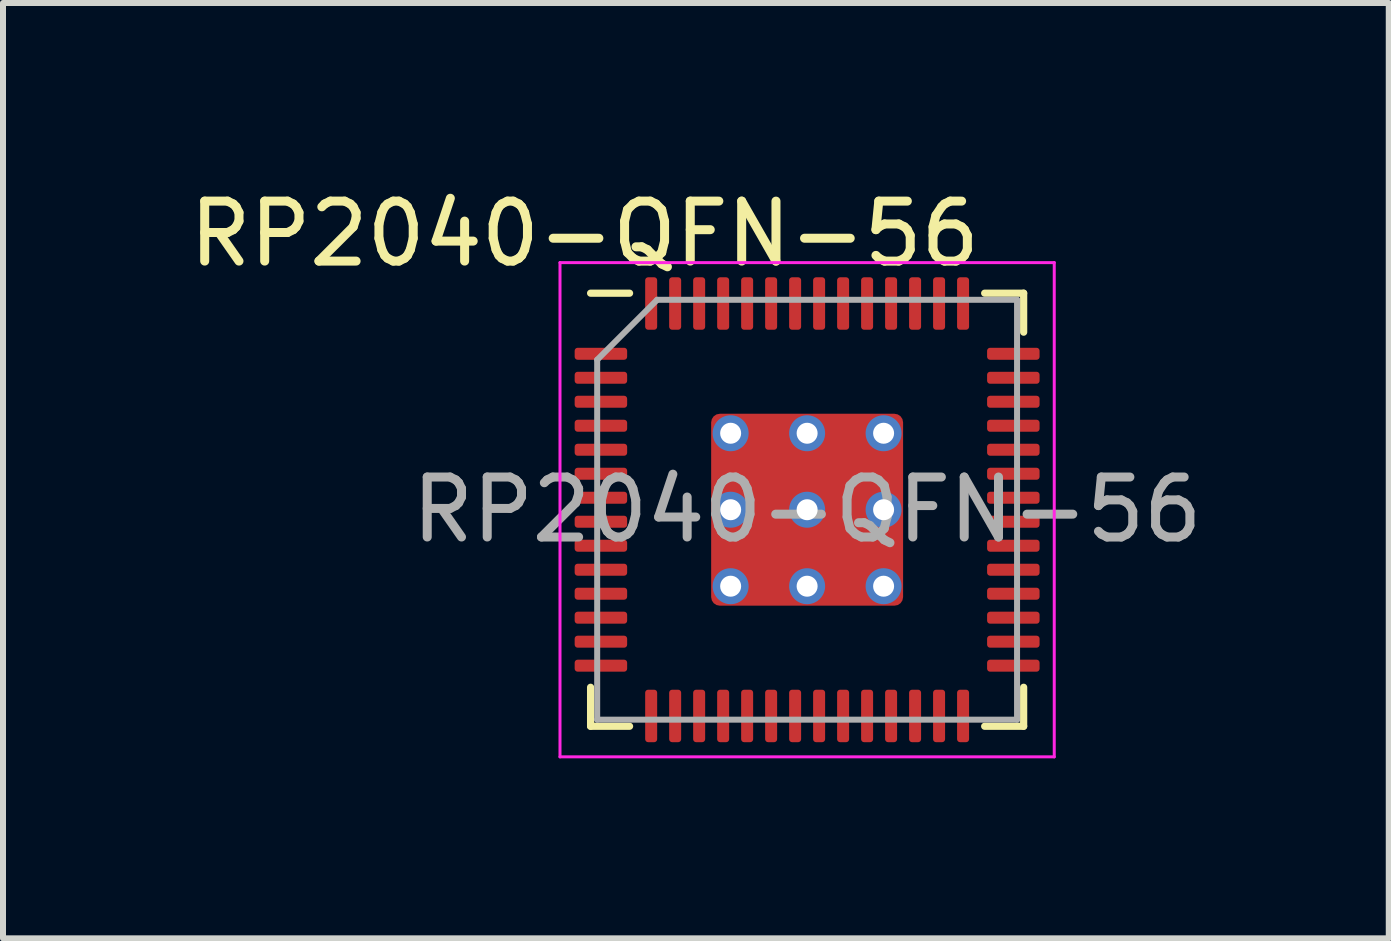
<source format=kicad_pcb>
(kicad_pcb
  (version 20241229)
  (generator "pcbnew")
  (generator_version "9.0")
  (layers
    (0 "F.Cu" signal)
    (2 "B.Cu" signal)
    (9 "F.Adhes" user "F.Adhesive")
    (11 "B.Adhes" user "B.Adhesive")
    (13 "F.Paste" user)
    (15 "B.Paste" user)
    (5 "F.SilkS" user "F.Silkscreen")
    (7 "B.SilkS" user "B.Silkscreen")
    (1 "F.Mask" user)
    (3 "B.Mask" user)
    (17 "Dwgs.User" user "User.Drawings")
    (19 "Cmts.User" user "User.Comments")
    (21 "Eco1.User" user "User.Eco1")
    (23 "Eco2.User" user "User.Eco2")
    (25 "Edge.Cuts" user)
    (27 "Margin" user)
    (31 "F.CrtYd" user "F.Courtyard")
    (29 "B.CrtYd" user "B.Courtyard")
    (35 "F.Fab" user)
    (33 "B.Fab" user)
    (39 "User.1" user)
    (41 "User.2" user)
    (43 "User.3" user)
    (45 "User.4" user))
  (footprint "RP2040-QFN-56"
    (layer "F.Cu")
    (at 10.406 5.448)
    (property "Reference" "RP2040-QFN-56" (at -3.71 -4.6 0) (layer "F.SilkS") (effects (font (size 1 1) (thickness 0.15))))
    (attr smd)
    (fp_line (start -3.61 3.61) (end -3.61 2.96) (stroke (width 0.12) (type solid)) (layer "F.SilkS"))
    (fp_line (start -2.96 -3.61) (end -3.61 -3.61) (stroke (width 0.12) (type solid)) (layer "F.SilkS"))
    (fp_line (start -2.96 3.61) (end -3.61 3.61) (stroke (width 0.12) (type solid)) (layer "F.SilkS"))
    (fp_line (start 2.96 -3.61) (end 3.61 -3.61) (stroke (width 0.12) (type solid)) (layer "F.SilkS"))
    (fp_line (start 2.96 3.61) (end 3.61 3.61) (stroke (width 0.12) (type solid)) (layer "F.SilkS"))
    (fp_line (start 3.61 -3.61) (end 3.61 -2.96) (stroke (width 0.12) (type solid)) (layer "F.SilkS"))
    (fp_line (start 3.61 3.61) (end 3.61 2.96) (stroke (width 0.12) (type solid)) (layer "F.SilkS"))
    (fp_line (start -4.12 -4.12) (end -4.12 4.12) (stroke (width 0.05) (type solid)) (layer "F.CrtYd"))
    (fp_line (start -4.12 4.12) (end 4.12 4.12) (stroke (width 0.05) (type solid)) (layer "F.CrtYd"))
    (fp_line (start 4.12 -4.12) (end -4.12 -4.12) (stroke (width 0.05) (type solid)) (layer "F.CrtYd"))
    (fp_line (start 4.12 4.12) (end 4.12 -4.12) (stroke (width 0.05) (type solid)) (layer "F.CrtYd"))
    (fp_line (start -3.5 -2.5) (end -2.5 -3.5) (stroke (width 0.1) (type solid)) (layer "F.Fab"))
    (fp_line (start -3.5 3.5) (end -3.5 -2.5) (stroke (width 0.1) (type solid)) (layer "F.Fab"))
    (fp_line (start -2.5 -3.5) (end 3.5 -3.5) (stroke (width 0.1) (type solid)) (layer "F.Fab"))
    (fp_line (start 3.5 -3.5) (end 3.5 3.5) (stroke (width 0.1) (type solid)) (layer "F.Fab"))
    (fp_line (start 3.5 3.5) (end -3.5 3.5) (stroke (width 0.1) (type solid)) (layer "F.Fab"))
    (fp_text user "${REFERENCE}" (at 0 0 0) (layer "F.Fab") (effects (font (size 1 1) (thickness 0.15))))
    (pad "" smd roundrect (at -0.637 -0.637) (size 1.084 1.084) (layers "F.Paste") (roundrect_rratio 0.231))
    (pad "" smd roundrect (at -0.637 0.637) (size 1.084 1.084) (layers "F.Paste") (roundrect_rratio 0.231))
    (pad "" smd roundrect (at 0.637 -0.637) (size 1.084 1.084) (layers "F.Paste") (roundrect_rratio 0.231))
    (pad "" smd roundrect (at 0.637 0.637) (size 1.084 1.084) (layers "F.Paste") (roundrect_rratio 0.231))
    (pad "1" smd roundrect (at -3.438 -2.6) (size 0.875 0.2) (layers "F.Cu" "F.Mask" "F.Paste") (roundrect_rratio 0.25))
    (pad "2" smd roundrect (at -3.438 -2.2) (size 0.875 0.2) (layers "F.Cu" "F.Mask" "F.Paste") (roundrect_rratio 0.25))
    (pad "3" smd roundrect (at -3.438 -1.8) (size 0.875 0.2) (layers "F.Cu" "F.Mask" "F.Paste") (roundrect_rratio 0.25))
    (pad "4" smd roundrect (at -3.438 -1.4) (size 0.875 0.2) (layers "F.Cu" "F.Mask" "F.Paste") (roundrect_rratio 0.25))
    (pad "5" smd roundrect (at -3.438 -1) (size 0.875 0.2) (layers "F.Cu" "F.Mask" "F.Paste") (roundrect_rratio 0.25))
    (pad "6" smd roundrect (at -3.438 -0.6) (size 0.875 0.2) (layers "F.Cu" "F.Mask" "F.Paste") (roundrect_rratio 0.25))
    (pad "7" smd roundrect (at -3.438 -0.2) (size 0.875 0.2) (layers "F.Cu" "F.Mask" "F.Paste") (roundrect_rratio 0.25))
    (pad "8" smd roundrect (at -3.438 0.2) (size 0.875 0.2) (layers "F.Cu" "F.Mask" "F.Paste") (roundrect_rratio 0.25))
    (pad "9" smd roundrect (at -3.438 0.6) (size 0.875 0.2) (layers "F.Cu" "F.Mask" "F.Paste") (roundrect_rratio 0.25))
    (pad "10" smd roundrect (at -3.438 1) (size 0.875 0.2) (layers "F.Cu" "F.Mask" "F.Paste") (roundrect_rratio 0.25))
    (pad "11" smd roundrect (at -3.438 1.4) (size 0.875 0.2) (layers "F.Cu" "F.Mask" "F.Paste") (roundrect_rratio 0.25))
    (pad "12" smd roundrect (at -3.438 1.8) (size 0.875 0.2) (layers "F.Cu" "F.Mask" "F.Paste") (roundrect_rratio 0.25))
    (pad "13" smd roundrect (at -3.438 2.2) (size 0.875 0.2) (layers "F.Cu" "F.Mask" "F.Paste") (roundrect_rratio 0.25))
    (pad "14" smd roundrect (at -3.438 2.6) (size 0.875 0.2) (layers "F.Cu" "F.Mask" "F.Paste") (roundrect_rratio 0.25))
    (pad "15" smd roundrect (at -2.6 3.438) (size 0.2 0.875) (layers "F.Cu" "F.Mask" "F.Paste") (roundrect_rratio 0.25))
    (pad "16" smd roundrect (at -2.2 3.438) (size 0.2 0.875) (layers "F.Cu" "F.Mask" "F.Paste") (roundrect_rratio 0.25))
    (pad "17" smd roundrect (at -1.8 3.438) (size 0.2 0.875) (layers "F.Cu" "F.Mask" "F.Paste") (roundrect_rratio 0.25))
    (pad "18" smd roundrect (at -1.4 3.438) (size 0.2 0.875) (layers "F.Cu" "F.Mask" "F.Paste") (roundrect_rratio 0.25))
    (pad "19" smd roundrect (at -1 3.438) (size 0.2 0.875) (layers "F.Cu" "F.Mask" "F.Paste") (roundrect_rratio 0.25))
    (pad "20" smd roundrect (at -0.6 3.438) (size 0.2 0.875) (layers "F.Cu" "F.Mask" "F.Paste") (roundrect_rratio 0.25))
    (pad "21" smd roundrect (at -0.2 3.438) (size 0.2 0.875) (layers "F.Cu" "F.Mask" "F.Paste") (roundrect_rratio 0.25))
    (pad "22" smd roundrect (at 0.2 3.438) (size 0.2 0.875) (layers "F.Cu" "F.Mask" "F.Paste") (roundrect_rratio 0.25))
    (pad "23" smd roundrect (at 0.6 3.438) (size 0.2 0.875) (layers "F.Cu" "F.Mask" "F.Paste") (roundrect_rratio 0.25))
    (pad "24" smd roundrect (at 1 3.438) (size 0.2 0.875) (layers "F.Cu" "F.Mask" "F.Paste") (roundrect_rratio 0.25))
    (pad "25" smd roundrect (at 1.4 3.438) (size 0.2 0.875) (layers "F.Cu" "F.Mask" "F.Paste") (roundrect_rratio 0.25))
    (pad "26" smd roundrect (at 1.8 3.438) (size 0.2 0.875) (layers "F.Cu" "F.Mask" "F.Paste") (roundrect_rratio 0.25))
    (pad "27" smd roundrect (at 2.2 3.438) (size 0.2 0.875) (layers "F.Cu" "F.Mask" "F.Paste") (roundrect_rratio 0.25))
    (pad "28" smd roundrect (at 2.6 3.438) (size 0.2 0.875) (layers "F.Cu" "F.Mask" "F.Paste") (roundrect_rratio 0.25))
    (pad "29" smd roundrect (at 3.438 2.6) (size 0.875 0.2) (layers "F.Cu" "F.Mask" "F.Paste") (roundrect_rratio 0.25))
    (pad "30" smd roundrect (at 3.438 2.2) (size 0.875 0.2) (layers "F.Cu" "F.Mask" "F.Paste") (roundrect_rratio 0.25))
    (pad "31" smd roundrect (at 3.438 1.8) (size 0.875 0.2) (layers "F.Cu" "F.Mask" "F.Paste") (roundrect_rratio 0.25))
    (pad "32" smd roundrect (at 3.438 1.4) (size 0.875 0.2) (layers "F.Cu" "F.Mask" "F.Paste") (roundrect_rratio 0.25))
    (pad "33" smd roundrect (at 3.438 1) (size 0.875 0.2) (layers "F.Cu" "F.Mask" "F.Paste") (roundrect_rratio 0.25))
    (pad "34" smd roundrect (at 3.438 0.6) (size 0.875 0.2) (layers "F.Cu" "F.Mask" "F.Paste") (roundrect_rratio 0.25))
    (pad "35" smd roundrect (at 3.438 0.2) (size 0.875 0.2) (layers "F.Cu" "F.Mask" "F.Paste") (roundrect_rratio 0.25))
    (pad "36" smd roundrect (at 3.438 -0.2) (size 0.875 0.2) (layers "F.Cu" "F.Mask" "F.Paste") (roundrect_rratio 0.25))
    (pad "37" smd roundrect (at 3.438 -0.6) (size 0.875 0.2) (layers "F.Cu" "F.Mask" "F.Paste") (roundrect_rratio 0.25))
    (pad "38" smd roundrect (at 3.438 -1) (size 0.875 0.2) (layers "F.Cu" "F.Mask" "F.Paste") (roundrect_rratio 0.25))
    (pad "39" smd roundrect (at 3.438 -1.4) (size 0.875 0.2) (layers "F.Cu" "F.Mask" "F.Paste") (roundrect_rratio 0.25))
    (pad "40" smd roundrect (at 3.438 -1.8) (size 0.875 0.2) (layers "F.Cu" "F.Mask" "F.Paste") (roundrect_rratio 0.25))
    (pad "41" smd roundrect (at 3.438 -2.2) (size 0.875 0.2) (layers "F.Cu" "F.Mask" "F.Paste") (roundrect_rratio 0.25))
    (pad "42" smd roundrect (at 3.438 -2.6) (size 0.875 0.2) (layers "F.Cu" "F.Mask" "F.Paste") (roundrect_rratio 0.25))
    (pad "43" smd roundrect (at 2.6 -3.438) (size 0.2 0.875) (layers "F.Cu" "F.Mask" "F.Paste") (roundrect_rratio 0.25))
    (pad "44" smd roundrect (at 2.2 -3.438) (size 0.2 0.875) (layers "F.Cu" "F.Mask" "F.Paste") (roundrect_rratio 0.25))
    (pad "45" smd roundrect (at 1.8 -3.438) (size 0.2 0.875) (layers "F.Cu" "F.Mask" "F.Paste") (roundrect_rratio 0.25))
    (pad "46" smd roundrect (at 1.4 -3.438) (size 0.2 0.875) (layers "F.Cu" "F.Mask" "F.Paste") (roundrect_rratio 0.25))
    (pad "47" smd roundrect (at 1 -3.438) (size 0.2 0.875) (layers "F.Cu" "F.Mask" "F.Paste") (roundrect_rratio 0.25))
    (pad "48" smd roundrect (at 0.6 -3.438) (size 0.2 0.875) (layers "F.Cu" "F.Mask" "F.Paste") (roundrect_rratio 0.25))
    (pad "49" smd roundrect (at 0.2 -3.438) (size 0.2 0.875) (layers "F.Cu" "F.Mask" "F.Paste") (roundrect_rratio 0.25))
    (pad "50" smd roundrect (at -0.2 -3.438) (size 0.2 0.875) (layers "F.Cu" "F.Mask" "F.Paste") (roundrect_rratio 0.25))
    (pad "51" smd roundrect (at -0.6 -3.438) (size 0.2 0.875) (layers "F.Cu" "F.Mask" "F.Paste") (roundrect_rratio 0.25))
    (pad "52" smd roundrect (at -1 -3.438) (size 0.2 0.875) (layers "F.Cu" "F.Mask" "F.Paste") (roundrect_rratio 0.25))
    (pad "53" smd roundrect (at -1.4 -3.438) (size 0.2 0.875) (layers "F.Cu" "F.Mask" "F.Paste") (roundrect_rratio 0.25))
    (pad "54" smd roundrect (at -1.8 -3.438) (size 0.2 0.875) (layers "F.Cu" "F.Mask" "F.Paste") (roundrect_rratio 0.25))
    (pad "55" smd roundrect (at -2.2 -3.438) (size 0.2 0.875) (layers "F.Cu" "F.Mask" "F.Paste") (roundrect_rratio 0.25))
    (pad "56" smd roundrect (at -2.6 -3.438) (size 0.2 0.875) (layers "F.Cu" "F.Mask" "F.Paste") (roundrect_rratio 0.25))
    (pad "57" thru_hole circle (at -1.275 -1.275) (size 0.6 0.6) (drill 0.35) (layers "*.Cu"))
    (pad "57" thru_hole circle (at -1.275 0) (size 0.6 0.6) (drill 0.35) (layers "*.Cu"))
    (pad "57" thru_hole circle (at -1.275 1.275) (size 0.6 0.6) (drill 0.35) (layers "*.Cu"))
    (pad "57" thru_hole circle (at 0 -1.275) (size 0.6 0.6) (drill 0.35) (layers "*.Cu"))
    (pad "57" thru_hole circle (at 0 0) (size 0.6 0.6) (drill 0.35) (layers "*.Cu"))
    (pad "57" smd roundrect (at 0 0) (size 3.2 3.2) (layers "F.Cu" "F.Mask") (roundrect_rratio 0.045))
    (pad "57" thru_hole circle (at 0 1.275) (size 0.6 0.6) (drill 0.35) (layers "*.Cu"))
    (pad "57" thru_hole circle (at 1.275 -1.275) (size 0.6 0.6) (drill 0.35) (layers "*.Cu"))
    (pad "57" thru_hole circle (at 1.275 0) (size 0.6 0.6) (drill 0.35) (layers "*.Cu"))
    (pad "57" thru_hole circle (at 1.275 1.275) (size 0.6 0.6) (drill 0.35) (layers "*.Cu")))
  (gr_rect
    (start -3 -3)
    (end 20.103 12.593)
    (stroke (width 0.1) (type default))
    (fill no)
    (layer "Edge.Cuts")))
</source>
